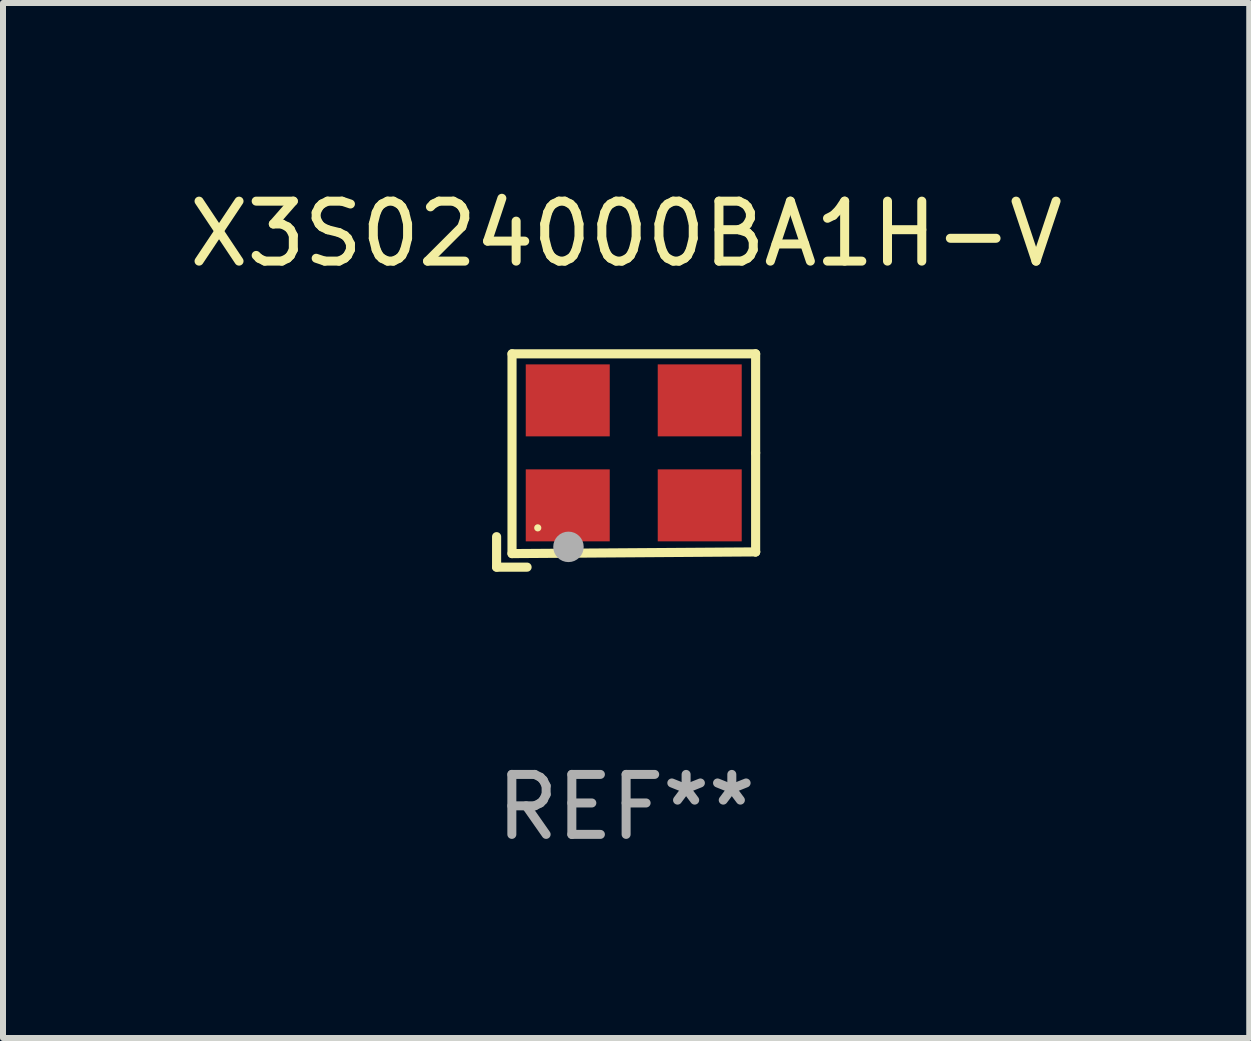
<source format=kicad_pcb>
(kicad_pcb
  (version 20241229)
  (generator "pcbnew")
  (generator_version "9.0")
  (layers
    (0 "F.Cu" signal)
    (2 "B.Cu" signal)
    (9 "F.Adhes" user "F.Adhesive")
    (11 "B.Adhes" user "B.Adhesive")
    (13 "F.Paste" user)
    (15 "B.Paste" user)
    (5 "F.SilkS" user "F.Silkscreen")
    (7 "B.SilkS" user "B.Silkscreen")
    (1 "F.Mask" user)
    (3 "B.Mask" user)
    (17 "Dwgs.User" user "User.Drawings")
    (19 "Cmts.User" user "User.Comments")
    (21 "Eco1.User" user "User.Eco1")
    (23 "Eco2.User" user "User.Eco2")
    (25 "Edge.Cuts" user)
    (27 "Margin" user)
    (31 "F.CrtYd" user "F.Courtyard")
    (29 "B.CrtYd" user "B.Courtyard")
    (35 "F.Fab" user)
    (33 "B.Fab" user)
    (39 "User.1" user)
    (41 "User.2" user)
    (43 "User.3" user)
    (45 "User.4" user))
  (footprint "X3S024000BA1H-V"
    (layer "F.Cu")
    (at 7.387 4.626)
    (property "Reference" "X3S024000BA1H-V" (at 0 -3.778 0) (layer "F.SilkS") (effects (font (size 1 1) (thickness 0.15))))
    (attr through_hole)
    (fp_line (start -2.159 1.27) (end -2.159 1.778) (stroke (width 0.152) (type solid)) (layer "F.SilkS"))
    (fp_line (start -2.159 1.778) (end -1.651 1.778) (stroke (width 0.152) (type solid)) (layer "F.SilkS"))
    (fp_line (start -1.902 -1.778) (end 2.159 -1.778) (stroke (width 0.152) (type solid)) (layer "F.SilkS"))
    (fp_line (start -1.902 1.552) (end -1.902 -1.778) (stroke (width 0.152) (type solid)) (layer "F.SilkS"))
    (fp_line (start 2.159 -1.778) (end 2.159 -0.127) (stroke (width 0.152) (type solid)) (layer "F.SilkS"))
    (fp_line (start 2.159 -0.127) (end 2.159 1.524) (stroke (width 0.152) (type solid)) (layer "F.SilkS"))
    (fp_line (start 2.159 1.524) (end -1.902 1.552) (stroke (width 0.152) (type solid)) (layer "F.SilkS"))
    (fp_line (start 2.159 1.524) (end 2.159 1.524) (stroke (width 0.152) (type solid)) (layer "F.SilkS"))
    (fp_circle (center -1.473 1.123) (end -1.443 1.123) (stroke (width 0.06) (type solid)) (fill no) (layer "F.SilkS"))
    (fp_circle (center -0.961 1.44) (end -0.834 1.44) (stroke (width 0.254) (type solid)) (fill no) (layer "F.Fab"))
    (fp_text user "REF**" (at 0 5.778 0) (layer "F.Fab") (effects (font (size 1 1) (thickness 0.15))))
    (pad "1" smd rect (at -0.973 0.748) (size 1.4 1.2) (layers "F.Cu" "F.Mask" "F.Paste"))
    (pad "2" smd rect (at 1.227 0.748) (size 1.4 1.2) (layers "F.Cu" "F.Mask" "F.Paste"))
    (pad "3" smd rect (at 1.227 -1.002) (size 1.4 1.2) (layers "F.Cu" "F.Mask" "F.Paste"))
    (pad "4" smd rect (at -0.973 -1.002) (size 1.4 1.2) (layers "F.Cu" "F.Mask" "F.Paste")))
  (gr_rect
    (start -3 -3)
    (end 17.774 14.253)
    (stroke (width 0.1) (type default))
    (fill no)
    (layer "Edge.Cuts")))
</source>
